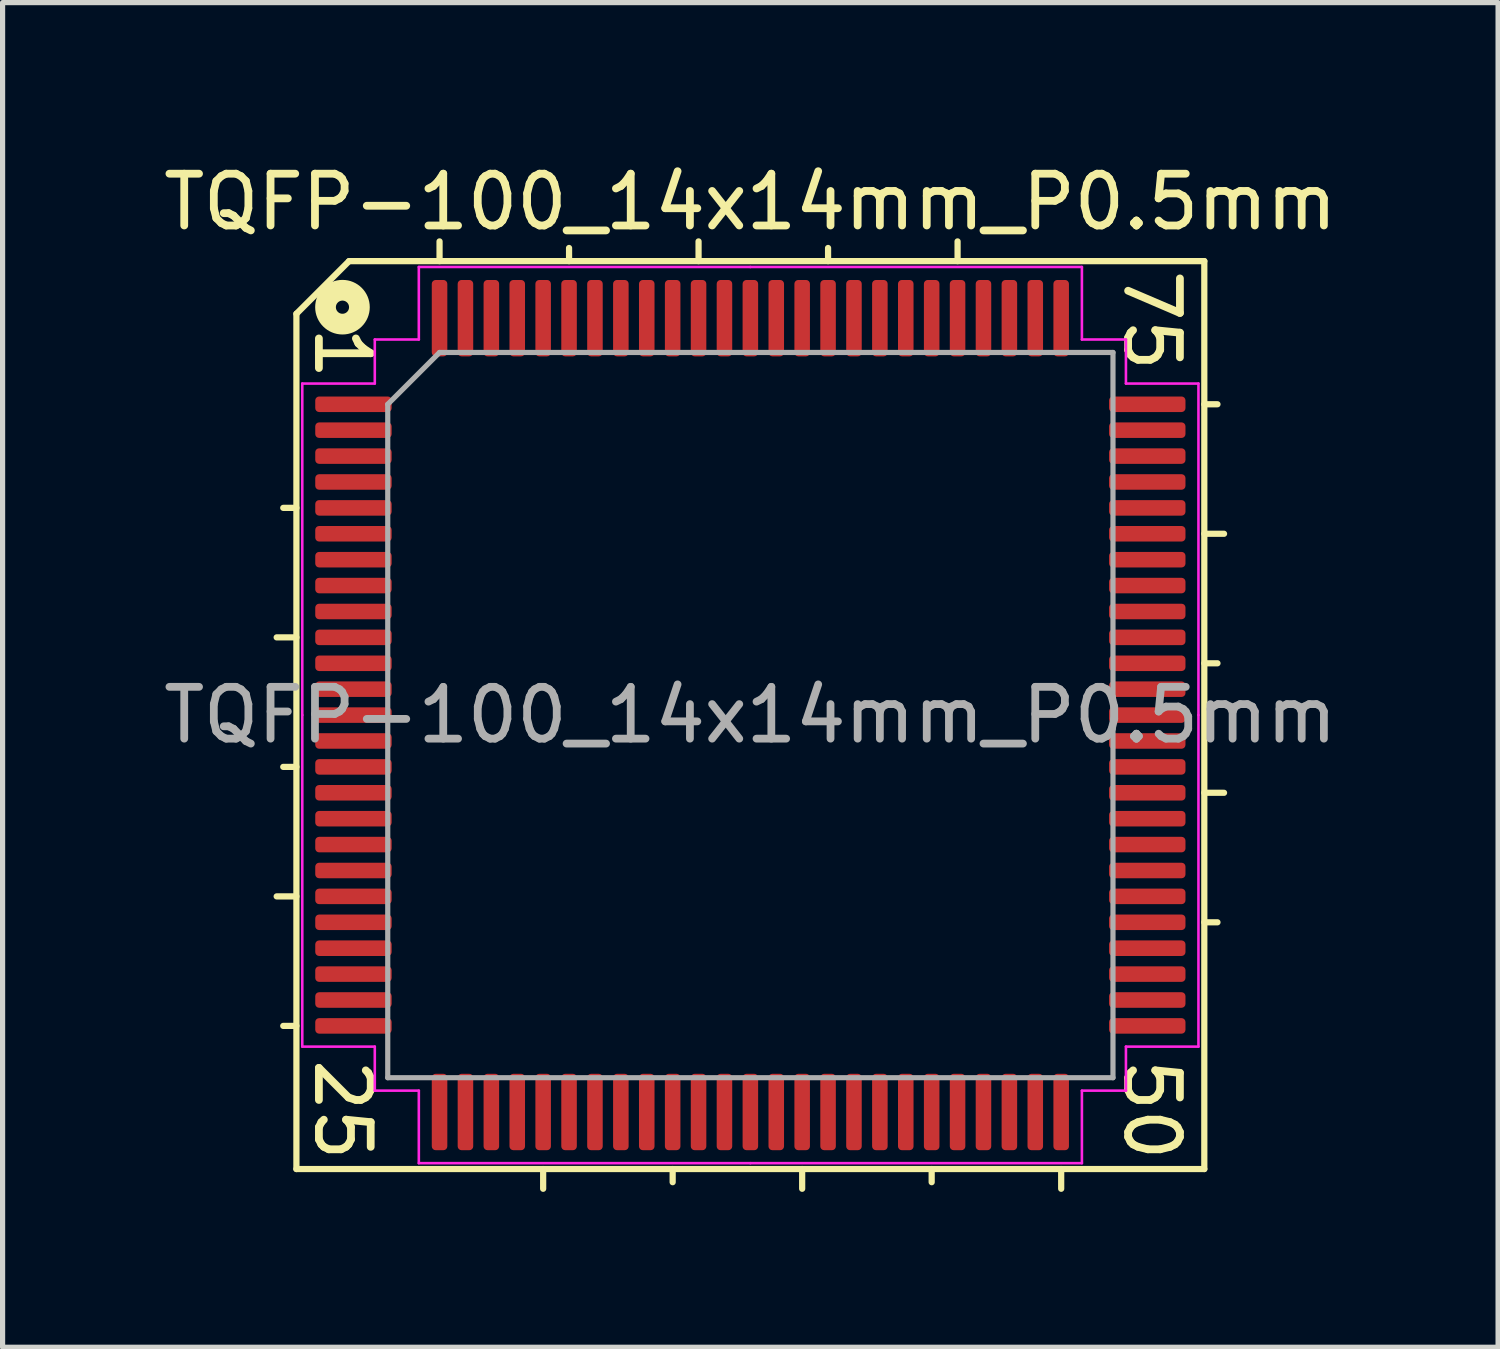
<source format=kicad_pcb>
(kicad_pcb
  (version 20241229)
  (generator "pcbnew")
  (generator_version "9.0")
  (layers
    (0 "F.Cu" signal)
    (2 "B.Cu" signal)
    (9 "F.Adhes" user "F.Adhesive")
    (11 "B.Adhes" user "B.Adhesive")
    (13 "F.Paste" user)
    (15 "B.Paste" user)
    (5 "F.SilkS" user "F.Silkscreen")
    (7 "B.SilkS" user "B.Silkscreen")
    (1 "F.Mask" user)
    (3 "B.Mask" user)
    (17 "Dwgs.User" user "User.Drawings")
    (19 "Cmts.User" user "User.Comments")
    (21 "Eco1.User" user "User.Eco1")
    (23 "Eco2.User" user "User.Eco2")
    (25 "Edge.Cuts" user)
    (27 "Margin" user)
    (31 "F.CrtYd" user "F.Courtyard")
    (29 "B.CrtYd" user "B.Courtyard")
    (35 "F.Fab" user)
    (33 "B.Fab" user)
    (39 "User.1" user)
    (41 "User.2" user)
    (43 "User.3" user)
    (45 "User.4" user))
  (footprint "TQFP-100_14x14mm_P0.5mm"
    (layer "F.Cu")
    (at 11.435 10.754)
    (property "Reference" "TQFP-100_14x14mm_P0.5mm" (at 0 -9.906 0) (layer "F.SilkS") (effects (font (size 1 1) (thickness 0.15))))
    (attr smd)
    (fp_line (start -8.763 -7.747) (end -8.763 8.763) (stroke (width 0.12) (type solid)) (layer "F.SilkS"))
    (fp_line (start -8.763 -4) (end -9.017 -4) (stroke (width 0.12) (type solid)) (layer "F.SilkS"))
    (fp_line (start -8.763 -1.5) (end -9.144 -1.5) (stroke (width 0.12) (type solid)) (layer "F.SilkS"))
    (fp_line (start -8.763 1) (end -9.017 1) (stroke (width 0.12) (type solid)) (layer "F.SilkS"))
    (fp_line (start -8.763 3.5) (end -9.144 3.5) (stroke (width 0.12) (type solid)) (layer "F.SilkS"))
    (fp_line (start -8.763 6) (end -9.017 6) (stroke (width 0.12) (type solid)) (layer "F.SilkS"))
    (fp_line (start -8.763 8.763) (end 8.763 8.763) (stroke (width 0.12) (type solid)) (layer "F.SilkS"))
    (fp_line (start -7.747 -8.763) (end -8.763 -7.747) (stroke (width 0.12) (type solid)) (layer "F.SilkS"))
    (fp_line (start -6 -8.763) (end -6 -9.144) (stroke (width 0.12) (type solid)) (layer "F.SilkS"))
    (fp_line (start -4 8.763) (end -4 9.144) (stroke (width 0.12) (type solid)) (layer "F.SilkS"))
    (fp_line (start -3.5 -8.763) (end -3.5 -9.017) (stroke (width 0.12) (type solid)) (layer "F.SilkS"))
    (fp_line (start -1.5 8.763) (end -1.5 9.017) (stroke (width 0.12) (type solid)) (layer "F.SilkS"))
    (fp_line (start -1 -8.763) (end -1 -9.144) (stroke (width 0.12) (type solid)) (layer "F.SilkS"))
    (fp_line (start 1 8.763) (end 1 9.144) (stroke (width 0.12) (type solid)) (layer "F.SilkS"))
    (fp_line (start 1.5 -8.763) (end 1.5 -9.017) (stroke (width 0.12) (type solid)) (layer "F.SilkS"))
    (fp_line (start 3.5 8.763) (end 3.5 9.017) (stroke (width 0.12) (type solid)) (layer "F.SilkS"))
    (fp_line (start 4 -8.763) (end 4 -9.144) (stroke (width 0.12) (type solid)) (layer "F.SilkS"))
    (fp_line (start 6 8.763) (end 6 9.144) (stroke (width 0.12) (type solid)) (layer "F.SilkS"))
    (fp_line (start 8.763 -8.763) (end -7.747 -8.763) (stroke (width 0.12) (type solid)) (layer "F.SilkS"))
    (fp_line (start 8.763 -6) (end 9.017 -6) (stroke (width 0.12) (type solid)) (layer "F.SilkS"))
    (fp_line (start 8.763 -3.5) (end 9.144 -3.5) (stroke (width 0.12) (type solid)) (layer "F.SilkS"))
    (fp_line (start 8.763 -1) (end 9.017 -1) (stroke (width 0.12) (type solid)) (layer "F.SilkS"))
    (fp_line (start 8.763 1.5) (end 9.144 1.5) (stroke (width 0.12) (type solid)) (layer "F.SilkS"))
    (fp_line (start 8.763 4) (end 9.017 4) (stroke (width 0.12) (type solid)) (layer "F.SilkS"))
    (fp_line (start 8.763 8.763) (end 8.763 -8.763) (stroke (width 0.12) (type solid)) (layer "F.SilkS"))
    (fp_circle (center -7.874 -7.874) (end -7.747 -7.874) (stroke (width 0.4) (type solid)) (fill no) (layer "F.SilkS"))
    (fp_line (start -8.65 -6.4) (end -8.65 0) (stroke (width 0.05) (type solid)) (layer "F.CrtYd"))
    (fp_line (start -8.65 6.4) (end -8.65 0) (stroke (width 0.05) (type solid)) (layer "F.CrtYd"))
    (fp_line (start -7.25 -7.25) (end -7.25 -6.4) (stroke (width 0.05) (type solid)) (layer "F.CrtYd"))
    (fp_line (start -7.25 -6.4) (end -8.65 -6.4) (stroke (width 0.05) (type solid)) (layer "F.CrtYd"))
    (fp_line (start -7.25 6.4) (end -8.65 6.4) (stroke (width 0.05) (type solid)) (layer "F.CrtYd"))
    (fp_line (start -7.25 7.25) (end -7.25 6.4) (stroke (width 0.05) (type solid)) (layer "F.CrtYd"))
    (fp_line (start -6.4 -8.65) (end -6.4 -7.25) (stroke (width 0.05) (type solid)) (layer "F.CrtYd"))
    (fp_line (start -6.4 -7.25) (end -7.25 -7.25) (stroke (width 0.05) (type solid)) (layer "F.CrtYd"))
    (fp_line (start -6.4 7.25) (end -7.25 7.25) (stroke (width 0.05) (type solid)) (layer "F.CrtYd"))
    (fp_line (start -6.4 8.65) (end -6.4 7.25) (stroke (width 0.05) (type solid)) (layer "F.CrtYd"))
    (fp_line (start 0 -8.65) (end -6.4 -8.65) (stroke (width 0.05) (type solid)) (layer "F.CrtYd"))
    (fp_line (start 0 -8.65) (end 6.4 -8.65) (stroke (width 0.05) (type solid)) (layer "F.CrtYd"))
    (fp_line (start 0 8.65) (end -6.4 8.65) (stroke (width 0.05) (type solid)) (layer "F.CrtYd"))
    (fp_line (start 0 8.65) (end 6.4 8.65) (stroke (width 0.05) (type solid)) (layer "F.CrtYd"))
    (fp_line (start 6.4 -8.65) (end 6.4 -7.25) (stroke (width 0.05) (type solid)) (layer "F.CrtYd"))
    (fp_line (start 6.4 -7.25) (end 7.25 -7.25) (stroke (width 0.05) (type solid)) (layer "F.CrtYd"))
    (fp_line (start 6.4 7.25) (end 7.25 7.25) (stroke (width 0.05) (type solid)) (layer "F.CrtYd"))
    (fp_line (start 6.4 8.65) (end 6.4 7.25) (stroke (width 0.05) (type solid)) (layer "F.CrtYd"))
    (fp_line (start 7.25 -7.25) (end 7.25 -6.4) (stroke (width 0.05) (type solid)) (layer "F.CrtYd"))
    (fp_line (start 7.25 -6.4) (end 8.65 -6.4) (stroke (width 0.05) (type solid)) (layer "F.CrtYd"))
    (fp_line (start 7.25 6.4) (end 8.65 6.4) (stroke (width 0.05) (type solid)) (layer "F.CrtYd"))
    (fp_line (start 7.25 7.25) (end 7.25 6.4) (stroke (width 0.05) (type solid)) (layer "F.CrtYd"))
    (fp_line (start 8.65 -6.4) (end 8.65 0) (stroke (width 0.05) (type solid)) (layer "F.CrtYd"))
    (fp_line (start 8.65 6.4) (end 8.65 0) (stroke (width 0.05) (type solid)) (layer "F.CrtYd"))
    (fp_line (start -7 -6) (end -6 -7) (stroke (width 0.1) (type solid)) (layer "F.Fab"))
    (fp_line (start -7 7) (end -7 -6) (stroke (width 0.1) (type solid)) (layer "F.Fab"))
    (fp_line (start -6 -7) (end 7 -7) (stroke (width 0.1) (type solid)) (layer "F.Fab"))
    (fp_line (start 7 -7) (end 7 7) (stroke (width 0.1) (type solid)) (layer "F.Fab"))
    (fp_line (start 7 7) (end -7 7) (stroke (width 0.1) (type solid)) (layer "F.Fab"))
    (fp_text user "1" (at -7.874 -6.985 270) (unlocked yes) (layer "F.SilkS") (effects (font (size 1 1) (thickness 0.15))))
    (fp_text user "75" (at 7.747 -7.62 270) (unlocked yes) (layer "F.SilkS") (effects (font (size 1 1) (thickness 0.15))))
    (fp_text user "50" (at 7.747 7.62 270) (unlocked yes) (layer "F.SilkS") (effects (font (size 1 1) (thickness 0.15))))
    (fp_text user "25" (at -7.874 7.62 270) (unlocked yes) (layer "F.SilkS") (effects (font (size 1 1) (thickness 0.15))))
    (fp_text user "${REFERENCE}" (at 0 0 0) (layer "F.Fab") (effects (font (size 1 1) (thickness 0.15))))
    (pad "1" smd roundrect (at -7.662 -6) (size 1.475 0.3) (layers "F.Cu" "F.Mask" "F.Paste") (roundrect_rratio 0.25))
    (pad "2" smd roundrect (at -7.662 -5.5) (size 1.475 0.3) (layers "F.Cu" "F.Mask" "F.Paste") (roundrect_rratio 0.25))
    (pad "3" smd roundrect (at -7.662 -5) (size 1.475 0.3) (layers "F.Cu" "F.Mask" "F.Paste") (roundrect_rratio 0.25))
    (pad "4" smd roundrect (at -7.662 -4.5) (size 1.475 0.3) (layers "F.Cu" "F.Mask" "F.Paste") (roundrect_rratio 0.25))
    (pad "5" smd roundrect (at -7.662 -4) (size 1.475 0.3) (layers "F.Cu" "F.Mask" "F.Paste") (roundrect_rratio 0.25))
    (pad "6" smd roundrect (at -7.662 -3.5) (size 1.475 0.3) (layers "F.Cu" "F.Mask" "F.Paste") (roundrect_rratio 0.25))
    (pad "7" smd roundrect (at -7.662 -3) (size 1.475 0.3) (layers "F.Cu" "F.Mask" "F.Paste") (roundrect_rratio 0.25))
    (pad "8" smd roundrect (at -7.662 -2.5) (size 1.475 0.3) (layers "F.Cu" "F.Mask" "F.Paste") (roundrect_rratio 0.25))
    (pad "9" smd roundrect (at -7.662 -2) (size 1.475 0.3) (layers "F.Cu" "F.Mask" "F.Paste") (roundrect_rratio 0.25))
    (pad "10" smd roundrect (at -7.662 -1.5) (size 1.475 0.3) (layers "F.Cu" "F.Mask" "F.Paste") (roundrect_rratio 0.25))
    (pad "11" smd roundrect (at -7.662 -1) (size 1.475 0.3) (layers "F.Cu" "F.Mask" "F.Paste") (roundrect_rratio 0.25))
    (pad "12" smd roundrect (at -7.662 -0.5) (size 1.475 0.3) (layers "F.Cu" "F.Mask" "F.Paste") (roundrect_rratio 0.25))
    (pad "13" smd roundrect (at -7.662 0) (size 1.475 0.3) (layers "F.Cu" "F.Mask" "F.Paste") (roundrect_rratio 0.25))
    (pad "14" smd roundrect (at -7.662 0.5) (size 1.475 0.3) (layers "F.Cu" "F.Mask" "F.Paste") (roundrect_rratio 0.25))
    (pad "15" smd roundrect (at -7.662 1) (size 1.475 0.3) (layers "F.Cu" "F.Mask" "F.Paste") (roundrect_rratio 0.25))
    (pad "16" smd roundrect (at -7.662 1.5) (size 1.475 0.3) (layers "F.Cu" "F.Mask" "F.Paste") (roundrect_rratio 0.25))
    (pad "17" smd roundrect (at -7.662 2) (size 1.475 0.3) (layers "F.Cu" "F.Mask" "F.Paste") (roundrect_rratio 0.25))
    (pad "18" smd roundrect (at -7.662 2.5) (size 1.475 0.3) (layers "F.Cu" "F.Mask" "F.Paste") (roundrect_rratio 0.25))
    (pad "19" smd roundrect (at -7.662 3) (size 1.475 0.3) (layers "F.Cu" "F.Mask" "F.Paste") (roundrect_rratio 0.25))
    (pad "20" smd roundrect (at -7.662 3.5) (size 1.475 0.3) (layers "F.Cu" "F.Mask" "F.Paste") (roundrect_rratio 0.25))
    (pad "21" smd roundrect (at -7.662 4) (size 1.475 0.3) (layers "F.Cu" "F.Mask" "F.Paste") (roundrect_rratio 0.25))
    (pad "22" smd roundrect (at -7.662 4.5) (size 1.475 0.3) (layers "F.Cu" "F.Mask" "F.Paste") (roundrect_rratio 0.25))
    (pad "23" smd roundrect (at -7.662 5) (size 1.475 0.3) (layers "F.Cu" "F.Mask" "F.Paste") (roundrect_rratio 0.25))
    (pad "24" smd roundrect (at -7.662 5.5) (size 1.475 0.3) (layers "F.Cu" "F.Mask" "F.Paste") (roundrect_rratio 0.25))
    (pad "25" smd roundrect (at -7.662 6) (size 1.475 0.3) (layers "F.Cu" "F.Mask" "F.Paste") (roundrect_rratio 0.25))
    (pad "26" smd roundrect (at -6 7.662) (size 0.3 1.475) (layers "F.Cu" "F.Mask" "F.Paste") (roundrect_rratio 0.25))
    (pad "27" smd roundrect (at -5.5 7.662) (size 0.3 1.475) (layers "F.Cu" "F.Mask" "F.Paste") (roundrect_rratio 0.25))
    (pad "28" smd roundrect (at -5 7.662) (size 0.3 1.475) (layers "F.Cu" "F.Mask" "F.Paste") (roundrect_rratio 0.25))
    (pad "29" smd roundrect (at -4.5 7.662) (size 0.3 1.475) (layers "F.Cu" "F.Mask" "F.Paste") (roundrect_rratio 0.25))
    (pad "30" smd roundrect (at -4 7.662) (size 0.3 1.475) (layers "F.Cu" "F.Mask" "F.Paste") (roundrect_rratio 0.25))
    (pad "31" smd roundrect (at -3.5 7.662) (size 0.3 1.475) (layers "F.Cu" "F.Mask" "F.Paste") (roundrect_rratio 0.25))
    (pad "32" smd roundrect (at -3 7.662) (size 0.3 1.475) (layers "F.Cu" "F.Mask" "F.Paste") (roundrect_rratio 0.25))
    (pad "33" smd roundrect (at -2.5 7.662) (size 0.3 1.475) (layers "F.Cu" "F.Mask" "F.Paste") (roundrect_rratio 0.25))
    (pad "34" smd roundrect (at -2 7.662) (size 0.3 1.475) (layers "F.Cu" "F.Mask" "F.Paste") (roundrect_rratio 0.25))
    (pad "35" smd roundrect (at -1.5 7.662) (size 0.3 1.475) (layers "F.Cu" "F.Mask" "F.Paste") (roundrect_rratio 0.25))
    (pad "36" smd roundrect (at -1 7.662) (size 0.3 1.475) (layers "F.Cu" "F.Mask" "F.Paste") (roundrect_rratio 0.25))
    (pad "37" smd roundrect (at -0.5 7.662) (size 0.3 1.475) (layers "F.Cu" "F.Mask" "F.Paste") (roundrect_rratio 0.25))
    (pad "38" smd roundrect (at 0 7.662) (size 0.3 1.475) (layers "F.Cu" "F.Mask" "F.Paste") (roundrect_rratio 0.25))
    (pad "39" smd roundrect (at 0.5 7.662) (size 0.3 1.475) (layers "F.Cu" "F.Mask" "F.Paste") (roundrect_rratio 0.25))
    (pad "40" smd roundrect (at 1 7.662) (size 0.3 1.475) (layers "F.Cu" "F.Mask" "F.Paste") (roundrect_rratio 0.25))
    (pad "41" smd roundrect (at 1.5 7.662) (size 0.3 1.475) (layers "F.Cu" "F.Mask" "F.Paste") (roundrect_rratio 0.25))
    (pad "42" smd roundrect (at 2 7.662) (size 0.3 1.475) (layers "F.Cu" "F.Mask" "F.Paste") (roundrect_rratio 0.25))
    (pad "43" smd roundrect (at 2.5 7.662) (size 0.3 1.475) (layers "F.Cu" "F.Mask" "F.Paste") (roundrect_rratio 0.25))
    (pad "44" smd roundrect (at 3 7.662) (size 0.3 1.475) (layers "F.Cu" "F.Mask" "F.Paste") (roundrect_rratio 0.25))
    (pad "45" smd roundrect (at 3.5 7.662) (size 0.3 1.475) (layers "F.Cu" "F.Mask" "F.Paste") (roundrect_rratio 0.25))
    (pad "46" smd roundrect (at 4 7.662) (size 0.3 1.475) (layers "F.Cu" "F.Mask" "F.Paste") (roundrect_rratio 0.25))
    (pad "47" smd roundrect (at 4.5 7.662) (size 0.3 1.475) (layers "F.Cu" "F.Mask" "F.Paste") (roundrect_rratio 0.25))
    (pad "48" smd roundrect (at 5 7.662) (size 0.3 1.475) (layers "F.Cu" "F.Mask" "F.Paste") (roundrect_rratio 0.25))
    (pad "49" smd roundrect (at 5.5 7.662) (size 0.3 1.475) (layers "F.Cu" "F.Mask" "F.Paste") (roundrect_rratio 0.25))
    (pad "50" smd roundrect (at 6 7.662) (size 0.3 1.475) (layers "F.Cu" "F.Mask" "F.Paste") (roundrect_rratio 0.25))
    (pad "51" smd roundrect (at 7.662 6) (size 1.475 0.3) (layers "F.Cu" "F.Mask" "F.Paste") (roundrect_rratio 0.25))
    (pad "52" smd roundrect (at 7.662 5.5) (size 1.475 0.3) (layers "F.Cu" "F.Mask" "F.Paste") (roundrect_rratio 0.25))
    (pad "53" smd roundrect (at 7.662 5) (size 1.475 0.3) (layers "F.Cu" "F.Mask" "F.Paste") (roundrect_rratio 0.25))
    (pad "54" smd roundrect (at 7.662 4.5) (size 1.475 0.3) (layers "F.Cu" "F.Mask" "F.Paste") (roundrect_rratio 0.25))
    (pad "55" smd roundrect (at 7.662 4) (size 1.475 0.3) (layers "F.Cu" "F.Mask" "F.Paste") (roundrect_rratio 0.25))
    (pad "56" smd roundrect (at 7.662 3.5) (size 1.475 0.3) (layers "F.Cu" "F.Mask" "F.Paste") (roundrect_rratio 0.25))
    (pad "57" smd roundrect (at 7.662 3) (size 1.475 0.3) (layers "F.Cu" "F.Mask" "F.Paste") (roundrect_rratio 0.25))
    (pad "58" smd roundrect (at 7.662 2.5) (size 1.475 0.3) (layers "F.Cu" "F.Mask" "F.Paste") (roundrect_rratio 0.25))
    (pad "59" smd roundrect (at 7.662 2) (size 1.475 0.3) (layers "F.Cu" "F.Mask" "F.Paste") (roundrect_rratio 0.25))
    (pad "60" smd roundrect (at 7.662 1.5) (size 1.475 0.3) (layers "F.Cu" "F.Mask" "F.Paste") (roundrect_rratio 0.25))
    (pad "61" smd roundrect (at 7.662 1) (size 1.475 0.3) (layers "F.Cu" "F.Mask" "F.Paste") (roundrect_rratio 0.25))
    (pad "62" smd roundrect (at 7.662 0.5) (size 1.475 0.3) (layers "F.Cu" "F.Mask" "F.Paste") (roundrect_rratio 0.25))
    (pad "63" smd roundrect (at 7.662 0) (size 1.475 0.3) (layers "F.Cu" "F.Mask" "F.Paste") (roundrect_rratio 0.25))
    (pad "64" smd roundrect (at 7.662 -0.5) (size 1.475 0.3) (layers "F.Cu" "F.Mask" "F.Paste") (roundrect_rratio 0.25))
    (pad "65" smd roundrect (at 7.662 -1) (size 1.475 0.3) (layers "F.Cu" "F.Mask" "F.Paste") (roundrect_rratio 0.25))
    (pad "66" smd roundrect (at 7.662 -1.5) (size 1.475 0.3) (layers "F.Cu" "F.Mask" "F.Paste") (roundrect_rratio 0.25))
    (pad "67" smd roundrect (at 7.662 -2) (size 1.475 0.3) (layers "F.Cu" "F.Mask" "F.Paste") (roundrect_rratio 0.25))
    (pad "68" smd roundrect (at 7.662 -2.5) (size 1.475 0.3) (layers "F.Cu" "F.Mask" "F.Paste") (roundrect_rratio 0.25))
    (pad "69" smd roundrect (at 7.662 -3) (size 1.475 0.3) (layers "F.Cu" "F.Mask" "F.Paste") (roundrect_rratio 0.25))
    (pad "70" smd roundrect (at 7.662 -3.5) (size 1.475 0.3) (layers "F.Cu" "F.Mask" "F.Paste") (roundrect_rratio 0.25))
    (pad "71" smd roundrect (at 7.662 -4) (size 1.475 0.3) (layers "F.Cu" "F.Mask" "F.Paste") (roundrect_rratio 0.25))
    (pad "72" smd roundrect (at 7.662 -4.5) (size 1.475 0.3) (layers "F.Cu" "F.Mask" "F.Paste") (roundrect_rratio 0.25))
    (pad "73" smd roundrect (at 7.662 -5) (size 1.475 0.3) (layers "F.Cu" "F.Mask" "F.Paste") (roundrect_rratio 0.25))
    (pad "74" smd roundrect (at 7.662 -5.5) (size 1.475 0.3) (layers "F.Cu" "F.Mask" "F.Paste") (roundrect_rratio 0.25))
    (pad "75" smd roundrect (at 7.662 -6) (size 1.475 0.3) (layers "F.Cu" "F.Mask" "F.Paste") (roundrect_rratio 0.25))
    (pad "76" smd roundrect (at 6 -7.662) (size 0.3 1.475) (layers "F.Cu" "F.Mask" "F.Paste") (roundrect_rratio 0.25))
    (pad "77" smd roundrect (at 5.5 -7.662) (size 0.3 1.475) (layers "F.Cu" "F.Mask" "F.Paste") (roundrect_rratio 0.25))
    (pad "78" smd roundrect (at 5 -7.662) (size 0.3 1.475) (layers "F.Cu" "F.Mask" "F.Paste") (roundrect_rratio 0.25))
    (pad "79" smd roundrect (at 4.5 -7.662) (size 0.3 1.475) (layers "F.Cu" "F.Mask" "F.Paste") (roundrect_rratio 0.25))
    (pad "80" smd roundrect (at 4 -7.662) (size 0.3 1.475) (layers "F.Cu" "F.Mask" "F.Paste") (roundrect_rratio 0.25))
    (pad "81" smd roundrect (at 3.5 -7.662) (size 0.3 1.475) (layers "F.Cu" "F.Mask" "F.Paste") (roundrect_rratio 0.25))
    (pad "82" smd roundrect (at 3 -7.662) (size 0.3 1.475) (layers "F.Cu" "F.Mask" "F.Paste") (roundrect_rratio 0.25))
    (pad "83" smd roundrect (at 2.5 -7.662) (size 0.3 1.475) (layers "F.Cu" "F.Mask" "F.Paste") (roundrect_rratio 0.25))
    (pad "84" smd roundrect (at 2 -7.662) (size 0.3 1.475) (layers "F.Cu" "F.Mask" "F.Paste") (roundrect_rratio 0.25))
    (pad "85" smd roundrect (at 1.5 -7.662) (size 0.3 1.475) (layers "F.Cu" "F.Mask" "F.Paste") (roundrect_rratio 0.25))
    (pad "86" smd roundrect (at 1 -7.662) (size 0.3 1.475) (layers "F.Cu" "F.Mask" "F.Paste") (roundrect_rratio 0.25))
    (pad "87" smd roundrect (at 0.5 -7.662) (size 0.3 1.475) (layers "F.Cu" "F.Mask" "F.Paste") (roundrect_rratio 0.25))
    (pad "88" smd roundrect (at 0 -7.662) (size 0.3 1.475) (layers "F.Cu" "F.Mask" "F.Paste") (roundrect_rratio 0.25))
    (pad "89" smd roundrect (at -0.5 -7.662) (size 0.3 1.475) (layers "F.Cu" "F.Mask" "F.Paste") (roundrect_rratio 0.25))
    (pad "90" smd roundrect (at -1 -7.662) (size 0.3 1.475) (layers "F.Cu" "F.Mask" "F.Paste") (roundrect_rratio 0.25))
    (pad "91" smd roundrect (at -1.5 -7.662) (size 0.3 1.475) (layers "F.Cu" "F.Mask" "F.Paste") (roundrect_rratio 0.25))
    (pad "92" smd roundrect (at -2 -7.662) (size 0.3 1.475) (layers "F.Cu" "F.Mask" "F.Paste") (roundrect_rratio 0.25))
    (pad "93" smd roundrect (at -2.5 -7.662) (size 0.3 1.475) (layers "F.Cu" "F.Mask" "F.Paste") (roundrect_rratio 0.25))
    (pad "94" smd roundrect (at -3 -7.662) (size 0.3 1.475) (layers "F.Cu" "F.Mask" "F.Paste") (roundrect_rratio 0.25))
    (pad "95" smd roundrect (at -3.5 -7.662) (size 0.3 1.475) (layers "F.Cu" "F.Mask" "F.Paste") (roundrect_rratio 0.25))
    (pad "96" smd roundrect (at -4 -7.662) (size 0.3 1.475) (layers "F.Cu" "F.Mask" "F.Paste") (roundrect_rratio 0.25))
    (pad "97" smd roundrect (at -4.5 -7.662) (size 0.3 1.475) (layers "F.Cu" "F.Mask" "F.Paste") (roundrect_rratio 0.25))
    (pad "98" smd roundrect (at -5 -7.662) (size 0.3 1.475) (layers "F.Cu" "F.Mask" "F.Paste") (roundrect_rratio 0.25))
    (pad "99" smd roundrect (at -5.5 -7.662) (size 0.3 1.475) (layers "F.Cu" "F.Mask" "F.Paste") (roundrect_rratio 0.25))
    (pad "100" smd roundrect (at -6 -7.662) (size 0.3 1.475) (layers "F.Cu" "F.Mask" "F.Paste") (roundrect_rratio 0.25)))
  (gr_rect
    (start -3 -3)
    (end 25.869 22.958)
    (stroke (width 0.1) (type default))
    (fill no)
    (layer "Edge.Cuts")))
</source>
